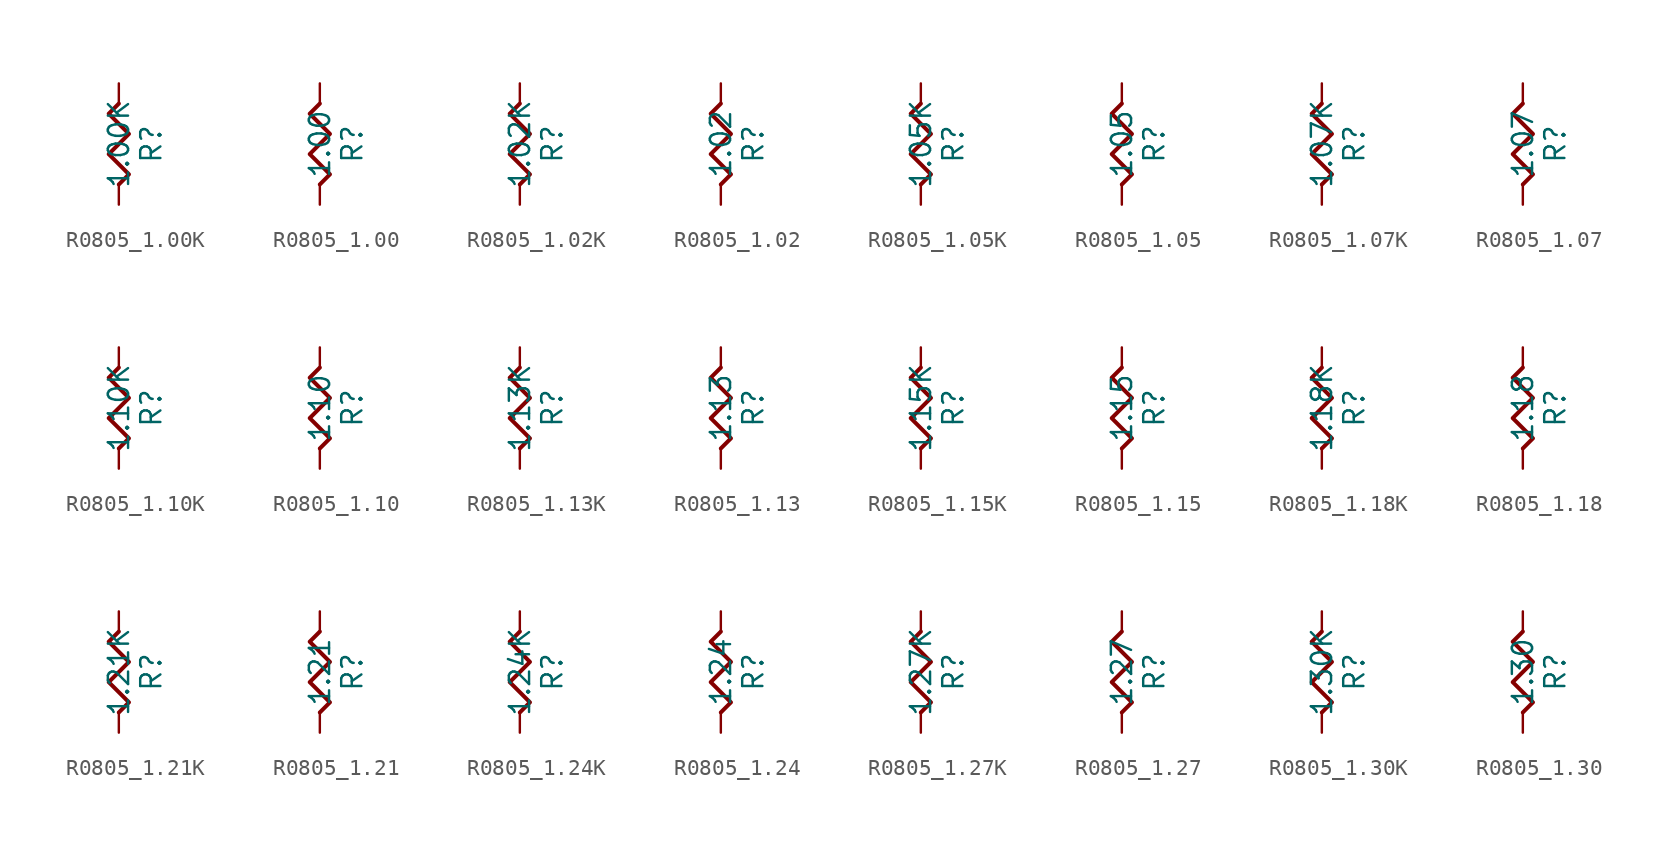
<source format=kicad_sym>
(kicad_symbol_lib
  (version 20211014)
  (generator atlantix-eda)
  (symbol "R0805_1.00K"
    (pin_numbers hide)
    (pin_names
      (offset 0))
    (property "Reference" "R"
      (at 2.032 0 90)
      (effects (font (size 1.27 1.27))))
    (property "Value" "1.00K"
      (at 0 0 90)
      (effects (font (size 1.27 1.27))))
    (symbol "R0805_1.00K_0_1"
      (polyline (pts (xy 0 -2.54) (xy 0.635 -1.905) (xy -0.635 -0.635) (xy 0.635 0.635) (xy -0.635 1.905) (xy 0 2.54)) (stroke (width 0.254) (type default) (color 0 0 0 0)) (fill (type none))))
    (symbol "R0805_1.00K_1_1"
      (pin passive line (at 0 3.81 270) (length 1.27) (name "~" (effects (font (size 1.27 1.27)))) (number "1" (effects (font (size 1.27 1.27)))))
      (pin passive line (at 0 -3.81 90) (length 1.27) (name "~" (effects (font (size 1.27 1.27)))) (number "2" (effects (font (size 1.27 1.27)))))))
  (symbol "R0805_1.00"
    (pin_numbers hide)
    (pin_names
      (offset 0))
    (property "Reference" "R"
      (at 2.032 0 90)
      (effects (font (size 1.27 1.27))))
    (property "Value" "1.00"
      (at 0 0 90)
      (effects (font (size 1.27 1.27))))
    (symbol "R0805_1.00_0_1"
      (polyline (pts (xy 0 -2.54) (xy 0.635 -1.905) (xy -0.635 -0.635) (xy 0.635 0.635) (xy -0.635 1.905) (xy 0 2.54)) (stroke (width 0.254) (type default) (color 0 0 0 0)) (fill (type none))))
    (symbol "R0805_1.00_1_1"
      (pin passive line (at 0 3.81 270) (length 1.27) (name "~" (effects (font (size 1.27 1.27)))) (number "1" (effects (font (size 1.27 1.27)))))
      (pin passive line (at 0 -3.81 90) (length 1.27) (name "~" (effects (font (size 1.27 1.27)))) (number "2" (effects (font (size 1.27 1.27)))))))
  (symbol "R0805_1.02K"
    (pin_numbers hide)
    (pin_names
      (offset 0))
    (property "Reference" "R"
      (at 2.032 0 90)
      (effects (font (size 1.27 1.27))))
    (property "Value" "1.02K"
      (at 0 0 90)
      (effects (font (size 1.27 1.27))))
    (symbol "R0805_1.02K_0_1"
      (polyline (pts (xy 0 -2.54) (xy 0.635 -1.905) (xy -0.635 -0.635) (xy 0.635 0.635) (xy -0.635 1.905) (xy 0 2.54)) (stroke (width 0.254) (type default) (color 0 0 0 0)) (fill (type none))))
    (symbol "R0805_1.02K_1_1"
      (pin passive line (at 0 3.81 270) (length 1.27) (name "~" (effects (font (size 1.27 1.27)))) (number "1" (effects (font (size 1.27 1.27)))))
      (pin passive line (at 0 -3.81 90) (length 1.27) (name "~" (effects (font (size 1.27 1.27)))) (number "2" (effects (font (size 1.27 1.27)))))))
  (symbol "R0805_1.02"
    (pin_numbers hide)
    (pin_names
      (offset 0))
    (property "Reference" "R"
      (at 2.032 0 90)
      (effects (font (size 1.27 1.27))))
    (property "Value" "1.02"
      (at 0 0 90)
      (effects (font (size 1.27 1.27))))
    (symbol "R0805_1.02_0_1"
      (polyline (pts (xy 0 -2.54) (xy 0.635 -1.905) (xy -0.635 -0.635) (xy 0.635 0.635) (xy -0.635 1.905) (xy 0 2.54)) (stroke (width 0.254) (type default) (color 0 0 0 0)) (fill (type none))))
    (symbol "R0805_1.02_1_1"
      (pin passive line (at 0 3.81 270) (length 1.27) (name "~" (effects (font (size 1.27 1.27)))) (number "1" (effects (font (size 1.27 1.27)))))
      (pin passive line (at 0 -3.81 90) (length 1.27) (name "~" (effects (font (size 1.27 1.27)))) (number "2" (effects (font (size 1.27 1.27)))))))
  (symbol "R0805_1.05K"
    (pin_numbers hide)
    (pin_names
      (offset 0))
    (property "Reference" "R"
      (at 2.032 0 90)
      (effects (font (size 1.27 1.27))))
    (property "Value" "1.05K"
      (at 0 0 90)
      (effects (font (size 1.27 1.27))))
    (symbol "R0805_1.05K_0_1"
      (polyline (pts (xy 0 -2.54) (xy 0.635 -1.905) (xy -0.635 -0.635) (xy 0.635 0.635) (xy -0.635 1.905) (xy 0 2.54)) (stroke (width 0.254) (type default) (color 0 0 0 0)) (fill (type none))))
    (symbol "R0805_1.05K_1_1"
      (pin passive line (at 0 3.81 270) (length 1.27) (name "~" (effects (font (size 1.27 1.27)))) (number "1" (effects (font (size 1.27 1.27)))))
      (pin passive line (at 0 -3.81 90) (length 1.27) (name "~" (effects (font (size 1.27 1.27)))) (number "2" (effects (font (size 1.27 1.27)))))))
  (symbol "R0805_1.05"
    (pin_numbers hide)
    (pin_names
      (offset 0))
    (property "Reference" "R"
      (at 2.032 0 90)
      (effects (font (size 1.27 1.27))))
    (property "Value" "1.05"
      (at 0 0 90)
      (effects (font (size 1.27 1.27))))
    (symbol "R0805_1.05_0_1"
      (polyline (pts (xy 0 -2.54) (xy 0.635 -1.905) (xy -0.635 -0.635) (xy 0.635 0.635) (xy -0.635 1.905) (xy 0 2.54)) (stroke (width 0.254) (type default) (color 0 0 0 0)) (fill (type none))))
    (symbol "R0805_1.05_1_1"
      (pin passive line (at 0 3.81 270) (length 1.27) (name "~" (effects (font (size 1.27 1.27)))) (number "1" (effects (font (size 1.27 1.27)))))
      (pin passive line (at 0 -3.81 90) (length 1.27) (name "~" (effects (font (size 1.27 1.27)))) (number "2" (effects (font (size 1.27 1.27)))))))
  (symbol "R0805_1.07K"
    (pin_numbers hide)
    (pin_names
      (offset 0))
    (property "Reference" "R"
      (at 2.032 0 90)
      (effects (font (size 1.27 1.27))))
    (property "Value" "1.07K"
      (at 0 0 90)
      (effects (font (size 1.27 1.27))))
    (symbol "R0805_1.07K_0_1"
      (polyline (pts (xy 0 -2.54) (xy 0.635 -1.905) (xy -0.635 -0.635) (xy 0.635 0.635) (xy -0.635 1.905) (xy 0 2.54)) (stroke (width 0.254) (type default) (color 0 0 0 0)) (fill (type none))))
    (symbol "R0805_1.07K_1_1"
      (pin passive line (at 0 3.81 270) (length 1.27) (name "~" (effects (font (size 1.27 1.27)))) (number "1" (effects (font (size 1.27 1.27)))))
      (pin passive line (at 0 -3.81 90) (length 1.27) (name "~" (effects (font (size 1.27 1.27)))) (number "2" (effects (font (size 1.27 1.27)))))))
  (symbol "R0805_1.07"
    (pin_numbers hide)
    (pin_names
      (offset 0))
    (property "Reference" "R"
      (at 2.032 0 90)
      (effects (font (size 1.27 1.27))))
    (property "Value" "1.07"
      (at 0 0 90)
      (effects (font (size 1.27 1.27))))
    (symbol "R0805_1.07_0_1"
      (polyline (pts (xy 0 -2.54) (xy 0.635 -1.905) (xy -0.635 -0.635) (xy 0.635 0.635) (xy -0.635 1.905) (xy 0 2.54)) (stroke (width 0.254) (type default) (color 0 0 0 0)) (fill (type none))))
    (symbol "R0805_1.07_1_1"
      (pin passive line (at 0 3.81 270) (length 1.27) (name "~" (effects (font (size 1.27 1.27)))) (number "1" (effects (font (size 1.27 1.27)))))
      (pin passive line (at 0 -3.81 90) (length 1.27) (name "~" (effects (font (size 1.27 1.27)))) (number "2" (effects (font (size 1.27 1.27)))))))
  (symbol "R0805_1.10K"
    (pin_numbers hide)
    (pin_names
      (offset 0))
    (property "Reference" "R"
      (at 2.032 0 90)
      (effects (font (size 1.27 1.27))))
    (property "Value" "1.10K"
      (at 0 0 90)
      (effects (font (size 1.27 1.27))))
    (symbol "R0805_1.10K_0_1"
      (polyline (pts (xy 0 -2.54) (xy 0.635 -1.905) (xy -0.635 -0.635) (xy 0.635 0.635) (xy -0.635 1.905) (xy 0 2.54)) (stroke (width 0.254) (type default) (color 0 0 0 0)) (fill (type none))))
    (symbol "R0805_1.10K_1_1"
      (pin passive line (at 0 3.81 270) (length 1.27) (name "~" (effects (font (size 1.27 1.27)))) (number "1" (effects (font (size 1.27 1.27)))))
      (pin passive line (at 0 -3.81 90) (length 1.27) (name "~" (effects (font (size 1.27 1.27)))) (number "2" (effects (font (size 1.27 1.27)))))))
  (symbol "R0805_1.10"
    (pin_numbers hide)
    (pin_names
      (offset 0))
    (property "Reference" "R"
      (at 2.032 0 90)
      (effects (font (size 1.27 1.27))))
    (property "Value" "1.10"
      (at 0 0 90)
      (effects (font (size 1.27 1.27))))
    (symbol "R0805_1.10_0_1"
      (polyline (pts (xy 0 -2.54) (xy 0.635 -1.905) (xy -0.635 -0.635) (xy 0.635 0.635) (xy -0.635 1.905) (xy 0 2.54)) (stroke (width 0.254) (type default) (color 0 0 0 0)) (fill (type none))))
    (symbol "R0805_1.10_1_1"
      (pin passive line (at 0 3.81 270) (length 1.27) (name "~" (effects (font (size 1.27 1.27)))) (number "1" (effects (font (size 1.27 1.27)))))
      (pin passive line (at 0 -3.81 90) (length 1.27) (name "~" (effects (font (size 1.27 1.27)))) (number "2" (effects (font (size 1.27 1.27)))))))
  (symbol "R0805_1.13K"
    (pin_numbers hide)
    (pin_names
      (offset 0))
    (property "Reference" "R"
      (at 2.032 0 90)
      (effects (font (size 1.27 1.27))))
    (property "Value" "1.13K"
      (at 0 0 90)
      (effects (font (size 1.27 1.27))))
    (symbol "R0805_1.13K_0_1"
      (polyline (pts (xy 0 -2.54) (xy 0.635 -1.905) (xy -0.635 -0.635) (xy 0.635 0.635) (xy -0.635 1.905) (xy 0 2.54)) (stroke (width 0.254) (type default) (color 0 0 0 0)) (fill (type none))))
    (symbol "R0805_1.13K_1_1"
      (pin passive line (at 0 3.81 270) (length 1.27) (name "~" (effects (font (size 1.27 1.27)))) (number "1" (effects (font (size 1.27 1.27)))))
      (pin passive line (at 0 -3.81 90) (length 1.27) (name "~" (effects (font (size 1.27 1.27)))) (number "2" (effects (font (size 1.27 1.27)))))))
  (symbol "R0805_1.13"
    (pin_numbers hide)
    (pin_names
      (offset 0))
    (property "Reference" "R"
      (at 2.032 0 90)
      (effects (font (size 1.27 1.27))))
    (property "Value" "1.13"
      (at 0 0 90)
      (effects (font (size 1.27 1.27))))
    (symbol "R0805_1.13_0_1"
      (polyline (pts (xy 0 -2.54) (xy 0.635 -1.905) (xy -0.635 -0.635) (xy 0.635 0.635) (xy -0.635 1.905) (xy 0 2.54)) (stroke (width 0.254) (type default) (color 0 0 0 0)) (fill (type none))))
    (symbol "R0805_1.13_1_1"
      (pin passive line (at 0 3.81 270) (length 1.27) (name "~" (effects (font (size 1.27 1.27)))) (number "1" (effects (font (size 1.27 1.27)))))
      (pin passive line (at 0 -3.81 90) (length 1.27) (name "~" (effects (font (size 1.27 1.27)))) (number "2" (effects (font (size 1.27 1.27)))))))
  (symbol "R0805_1.15K"
    (pin_numbers hide)
    (pin_names
      (offset 0))
    (property "Reference" "R"
      (at 2.032 0 90)
      (effects (font (size 1.27 1.27))))
    (property "Value" "1.15K"
      (at 0 0 90)
      (effects (font (size 1.27 1.27))))
    (symbol "R0805_1.15K_0_1"
      (polyline (pts (xy 0 -2.54) (xy 0.635 -1.905) (xy -0.635 -0.635) (xy 0.635 0.635) (xy -0.635 1.905) (xy 0 2.54)) (stroke (width 0.254) (type default) (color 0 0 0 0)) (fill (type none))))
    (symbol "R0805_1.15K_1_1"
      (pin passive line (at 0 3.81 270) (length 1.27) (name "~" (effects (font (size 1.27 1.27)))) (number "1" (effects (font (size 1.27 1.27)))))
      (pin passive line (at 0 -3.81 90) (length 1.27) (name "~" (effects (font (size 1.27 1.27)))) (number "2" (effects (font (size 1.27 1.27)))))))
  (symbol "R0805_1.15"
    (pin_numbers hide)
    (pin_names
      (offset 0))
    (property "Reference" "R"
      (at 2.032 0 90)
      (effects (font (size 1.27 1.27))))
    (property "Value" "1.15"
      (at 0 0 90)
      (effects (font (size 1.27 1.27))))
    (symbol "R0805_1.15_0_1"
      (polyline (pts (xy 0 -2.54) (xy 0.635 -1.905) (xy -0.635 -0.635) (xy 0.635 0.635) (xy -0.635 1.905) (xy 0 2.54)) (stroke (width 0.254) (type default) (color 0 0 0 0)) (fill (type none))))
    (symbol "R0805_1.15_1_1"
      (pin passive line (at 0 3.81 270) (length 1.27) (name "~" (effects (font (size 1.27 1.27)))) (number "1" (effects (font (size 1.27 1.27)))))
      (pin passive line (at 0 -3.81 90) (length 1.27) (name "~" (effects (font (size 1.27 1.27)))) (number "2" (effects (font (size 1.27 1.27)))))))
  (symbol "R0805_1.18K"
    (pin_numbers hide)
    (pin_names
      (offset 0))
    (property "Reference" "R"
      (at 2.032 0 90)
      (effects (font (size 1.27 1.27))))
    (property "Value" "1.18K"
      (at 0 0 90)
      (effects (font (size 1.27 1.27))))
    (symbol "R0805_1.18K_0_1"
      (polyline (pts (xy 0 -2.54) (xy 0.635 -1.905) (xy -0.635 -0.635) (xy 0.635 0.635) (xy -0.635 1.905) (xy 0 2.54)) (stroke (width 0.254) (type default) (color 0 0 0 0)) (fill (type none))))
    (symbol "R0805_1.18K_1_1"
      (pin passive line (at 0 3.81 270) (length 1.27) (name "~" (effects (font (size 1.27 1.27)))) (number "1" (effects (font (size 1.27 1.27)))))
      (pin passive line (at 0 -3.81 90) (length 1.27) (name "~" (effects (font (size 1.27 1.27)))) (number "2" (effects (font (size 1.27 1.27)))))))
  (symbol "R0805_1.18"
    (pin_numbers hide)
    (pin_names
      (offset 0))
    (property "Reference" "R"
      (at 2.032 0 90)
      (effects (font (size 1.27 1.27))))
    (property "Value" "1.18"
      (at 0 0 90)
      (effects (font (size 1.27 1.27))))
    (symbol "R0805_1.18_0_1"
      (polyline (pts (xy 0 -2.54) (xy 0.635 -1.905) (xy -0.635 -0.635) (xy 0.635 0.635) (xy -0.635 1.905) (xy 0 2.54)) (stroke (width 0.254) (type default) (color 0 0 0 0)) (fill (type none))))
    (symbol "R0805_1.18_1_1"
      (pin passive line (at 0 3.81 270) (length 1.27) (name "~" (effects (font (size 1.27 1.27)))) (number "1" (effects (font (size 1.27 1.27)))))
      (pin passive line (at 0 -3.81 90) (length 1.27) (name "~" (effects (font (size 1.27 1.27)))) (number "2" (effects (font (size 1.27 1.27)))))))
  (symbol "R0805_1.21K"
    (pin_numbers hide)
    (pin_names
      (offset 0))
    (property "Reference" "R"
      (at 2.032 0 90)
      (effects (font (size 1.27 1.27))))
    (property "Value" "1.21K"
      (at 0 0 90)
      (effects (font (size 1.27 1.27))))
    (symbol "R0805_1.21K_0_1"
      (polyline (pts (xy 0 -2.54) (xy 0.635 -1.905) (xy -0.635 -0.635) (xy 0.635 0.635) (xy -0.635 1.905) (xy 0 2.54)) (stroke (width 0.254) (type default) (color 0 0 0 0)) (fill (type none))))
    (symbol "R0805_1.21K_1_1"
      (pin passive line (at 0 3.81 270) (length 1.27) (name "~" (effects (font (size 1.27 1.27)))) (number "1" (effects (font (size 1.27 1.27)))))
      (pin passive line (at 0 -3.81 90) (length 1.27) (name "~" (effects (font (size 1.27 1.27)))) (number "2" (effects (font (size 1.27 1.27)))))))
  (symbol "R0805_1.21"
    (pin_numbers hide)
    (pin_names
      (offset 0))
    (property "Reference" "R"
      (at 2.032 0 90)
      (effects (font (size 1.27 1.27))))
    (property "Value" "1.21"
      (at 0 0 90)
      (effects (font (size 1.27 1.27))))
    (symbol "R0805_1.21_0_1"
      (polyline (pts (xy 0 -2.54) (xy 0.635 -1.905) (xy -0.635 -0.635) (xy 0.635 0.635) (xy -0.635 1.905) (xy 0 2.54)) (stroke (width 0.254) (type default) (color 0 0 0 0)) (fill (type none))))
    (symbol "R0805_1.21_1_1"
      (pin passive line (at 0 3.81 270) (length 1.27) (name "~" (effects (font (size 1.27 1.27)))) (number "1" (effects (font (size 1.27 1.27)))))
      (pin passive line (at 0 -3.81 90) (length 1.27) (name "~" (effects (font (size 1.27 1.27)))) (number "2" (effects (font (size 1.27 1.27)))))))
  (symbol "R0805_1.24K"
    (pin_numbers hide)
    (pin_names
      (offset 0))
    (property "Reference" "R"
      (at 2.032 0 90)
      (effects (font (size 1.27 1.27))))
    (property "Value" "1.24K"
      (at 0 0 90)
      (effects (font (size 1.27 1.27))))
    (symbol "R0805_1.24K_0_1"
      (polyline (pts (xy 0 -2.54) (xy 0.635 -1.905) (xy -0.635 -0.635) (xy 0.635 0.635) (xy -0.635 1.905) (xy 0 2.54)) (stroke (width 0.254) (type default) (color 0 0 0 0)) (fill (type none))))
    (symbol "R0805_1.24K_1_1"
      (pin passive line (at 0 3.81 270) (length 1.27) (name "~" (effects (font (size 1.27 1.27)))) (number "1" (effects (font (size 1.27 1.27)))))
      (pin passive line (at 0 -3.81 90) (length 1.27) (name "~" (effects (font (size 1.27 1.27)))) (number "2" (effects (font (size 1.27 1.27)))))))
  (symbol "R0805_1.24"
    (pin_numbers hide)
    (pin_names
      (offset 0))
    (property "Reference" "R"
      (at 2.032 0 90)
      (effects (font (size 1.27 1.27))))
    (property "Value" "1.24"
      (at 0 0 90)
      (effects (font (size 1.27 1.27))))
    (symbol "R0805_1.24_0_1"
      (polyline (pts (xy 0 -2.54) (xy 0.635 -1.905) (xy -0.635 -0.635) (xy 0.635 0.635) (xy -0.635 1.905) (xy 0 2.54)) (stroke (width 0.254) (type default) (color 0 0 0 0)) (fill (type none))))
    (symbol "R0805_1.24_1_1"
      (pin passive line (at 0 3.81 270) (length 1.27) (name "~" (effects (font (size 1.27 1.27)))) (number "1" (effects (font (size 1.27 1.27)))))
      (pin passive line (at 0 -3.81 90) (length 1.27) (name "~" (effects (font (size 1.27 1.27)))) (number "2" (effects (font (size 1.27 1.27)))))))
  (symbol "R0805_1.27K"
    (pin_numbers hide)
    (pin_names
      (offset 0))
    (property "Reference" "R"
      (at 2.032 0 90)
      (effects (font (size 1.27 1.27))))
    (property "Value" "1.27K"
      (at 0 0 90)
      (effects (font (size 1.27 1.27))))
    (symbol "R0805_1.27K_0_1"
      (polyline (pts (xy 0 -2.54) (xy 0.635 -1.905) (xy -0.635 -0.635) (xy 0.635 0.635) (xy -0.635 1.905) (xy 0 2.54)) (stroke (width 0.254) (type default) (color 0 0 0 0)) (fill (type none))))
    (symbol "R0805_1.27K_1_1"
      (pin passive line (at 0 3.81 270) (length 1.27) (name "~" (effects (font (size 1.27 1.27)))) (number "1" (effects (font (size 1.27 1.27)))))
      (pin passive line (at 0 -3.81 90) (length 1.27) (name "~" (effects (font (size 1.27 1.27)))) (number "2" (effects (font (size 1.27 1.27)))))))
  (symbol "R0805_1.27"
    (pin_numbers hide)
    (pin_names
      (offset 0))
    (property "Reference" "R"
      (at 2.032 0 90)
      (effects (font (size 1.27 1.27))))
    (property "Value" "1.27"
      (at 0 0 90)
      (effects (font (size 1.27 1.27))))
    (symbol "R0805_1.27_0_1"
      (polyline (pts (xy 0 -2.54) (xy 0.635 -1.905) (xy -0.635 -0.635) (xy 0.635 0.635) (xy -0.635 1.905) (xy 0 2.54)) (stroke (width 0.254) (type default) (color 0 0 0 0)) (fill (type none))))
    (symbol "R0805_1.27_1_1"
      (pin passive line (at 0 3.81 270) (length 1.27) (name "~" (effects (font (size 1.27 1.27)))) (number "1" (effects (font (size 1.27 1.27)))))
      (pin passive line (at 0 -3.81 90) (length 1.27) (name "~" (effects (font (size 1.27 1.27)))) (number "2" (effects (font (size 1.27 1.27)))))))
  (symbol "R0805_1.30K"
    (pin_numbers hide)
    (pin_names
      (offset 0))
    (property "Reference" "R"
      (at 2.032 0 90)
      (effects (font (size 1.27 1.27))))
    (property "Value" "1.30K"
      (at 0 0 90)
      (effects (font (size 1.27 1.27))))
    (symbol "R0805_1.30K_0_1"
      (polyline (pts (xy 0 -2.54) (xy 0.635 -1.905) (xy -0.635 -0.635) (xy 0.635 0.635) (xy -0.635 1.905) (xy 0 2.54)) (stroke (width 0.254) (type default) (color 0 0 0 0)) (fill (type none))))
    (symbol "R0805_1.30K_1_1"
      (pin passive line (at 0 3.81 270) (length 1.27) (name "~" (effects (font (size 1.27 1.27)))) (number "1" (effects (font (size 1.27 1.27)))))
      (pin passive line (at 0 -3.81 90) (length 1.27) (name "~" (effects (font (size 1.27 1.27)))) (number "2" (effects (font (size 1.27 1.27)))))))
  (symbol "R0805_1.30"
    (pin_numbers hide)
    (pin_names
      (offset 0))
    (property "Reference" "R"
      (at 2.032 0 90)
      (effects (font (size 1.27 1.27))))
    (property "Value" "1.30"
      (at 0 0 90)
      (effects (font (size 1.27 1.27))))
    (symbol "R0805_1.30_0_1"
      (polyline (pts (xy 0 -2.54) (xy 0.635 -1.905) (xy -0.635 -0.635) (xy 0.635 0.635) (xy -0.635 1.905) (xy 0 2.54)) (stroke (width 0.254) (type default) (color 0 0 0 0)) (fill (type none))))
    (symbol "R0805_1.30_1_1"
      (pin passive line (at 0 3.81 270) (length 1.27) (name "~" (effects (font (size 1.27 1.27)))) (number "1" (effects (font (size 1.27 1.27)))))
      (pin passive line (at 0 -3.81 90) (length 1.27) (name "~" (effects (font (size 1.27 1.27)))) (number "2" (effects (font (size 1.27 1.27))))))))
</source>
